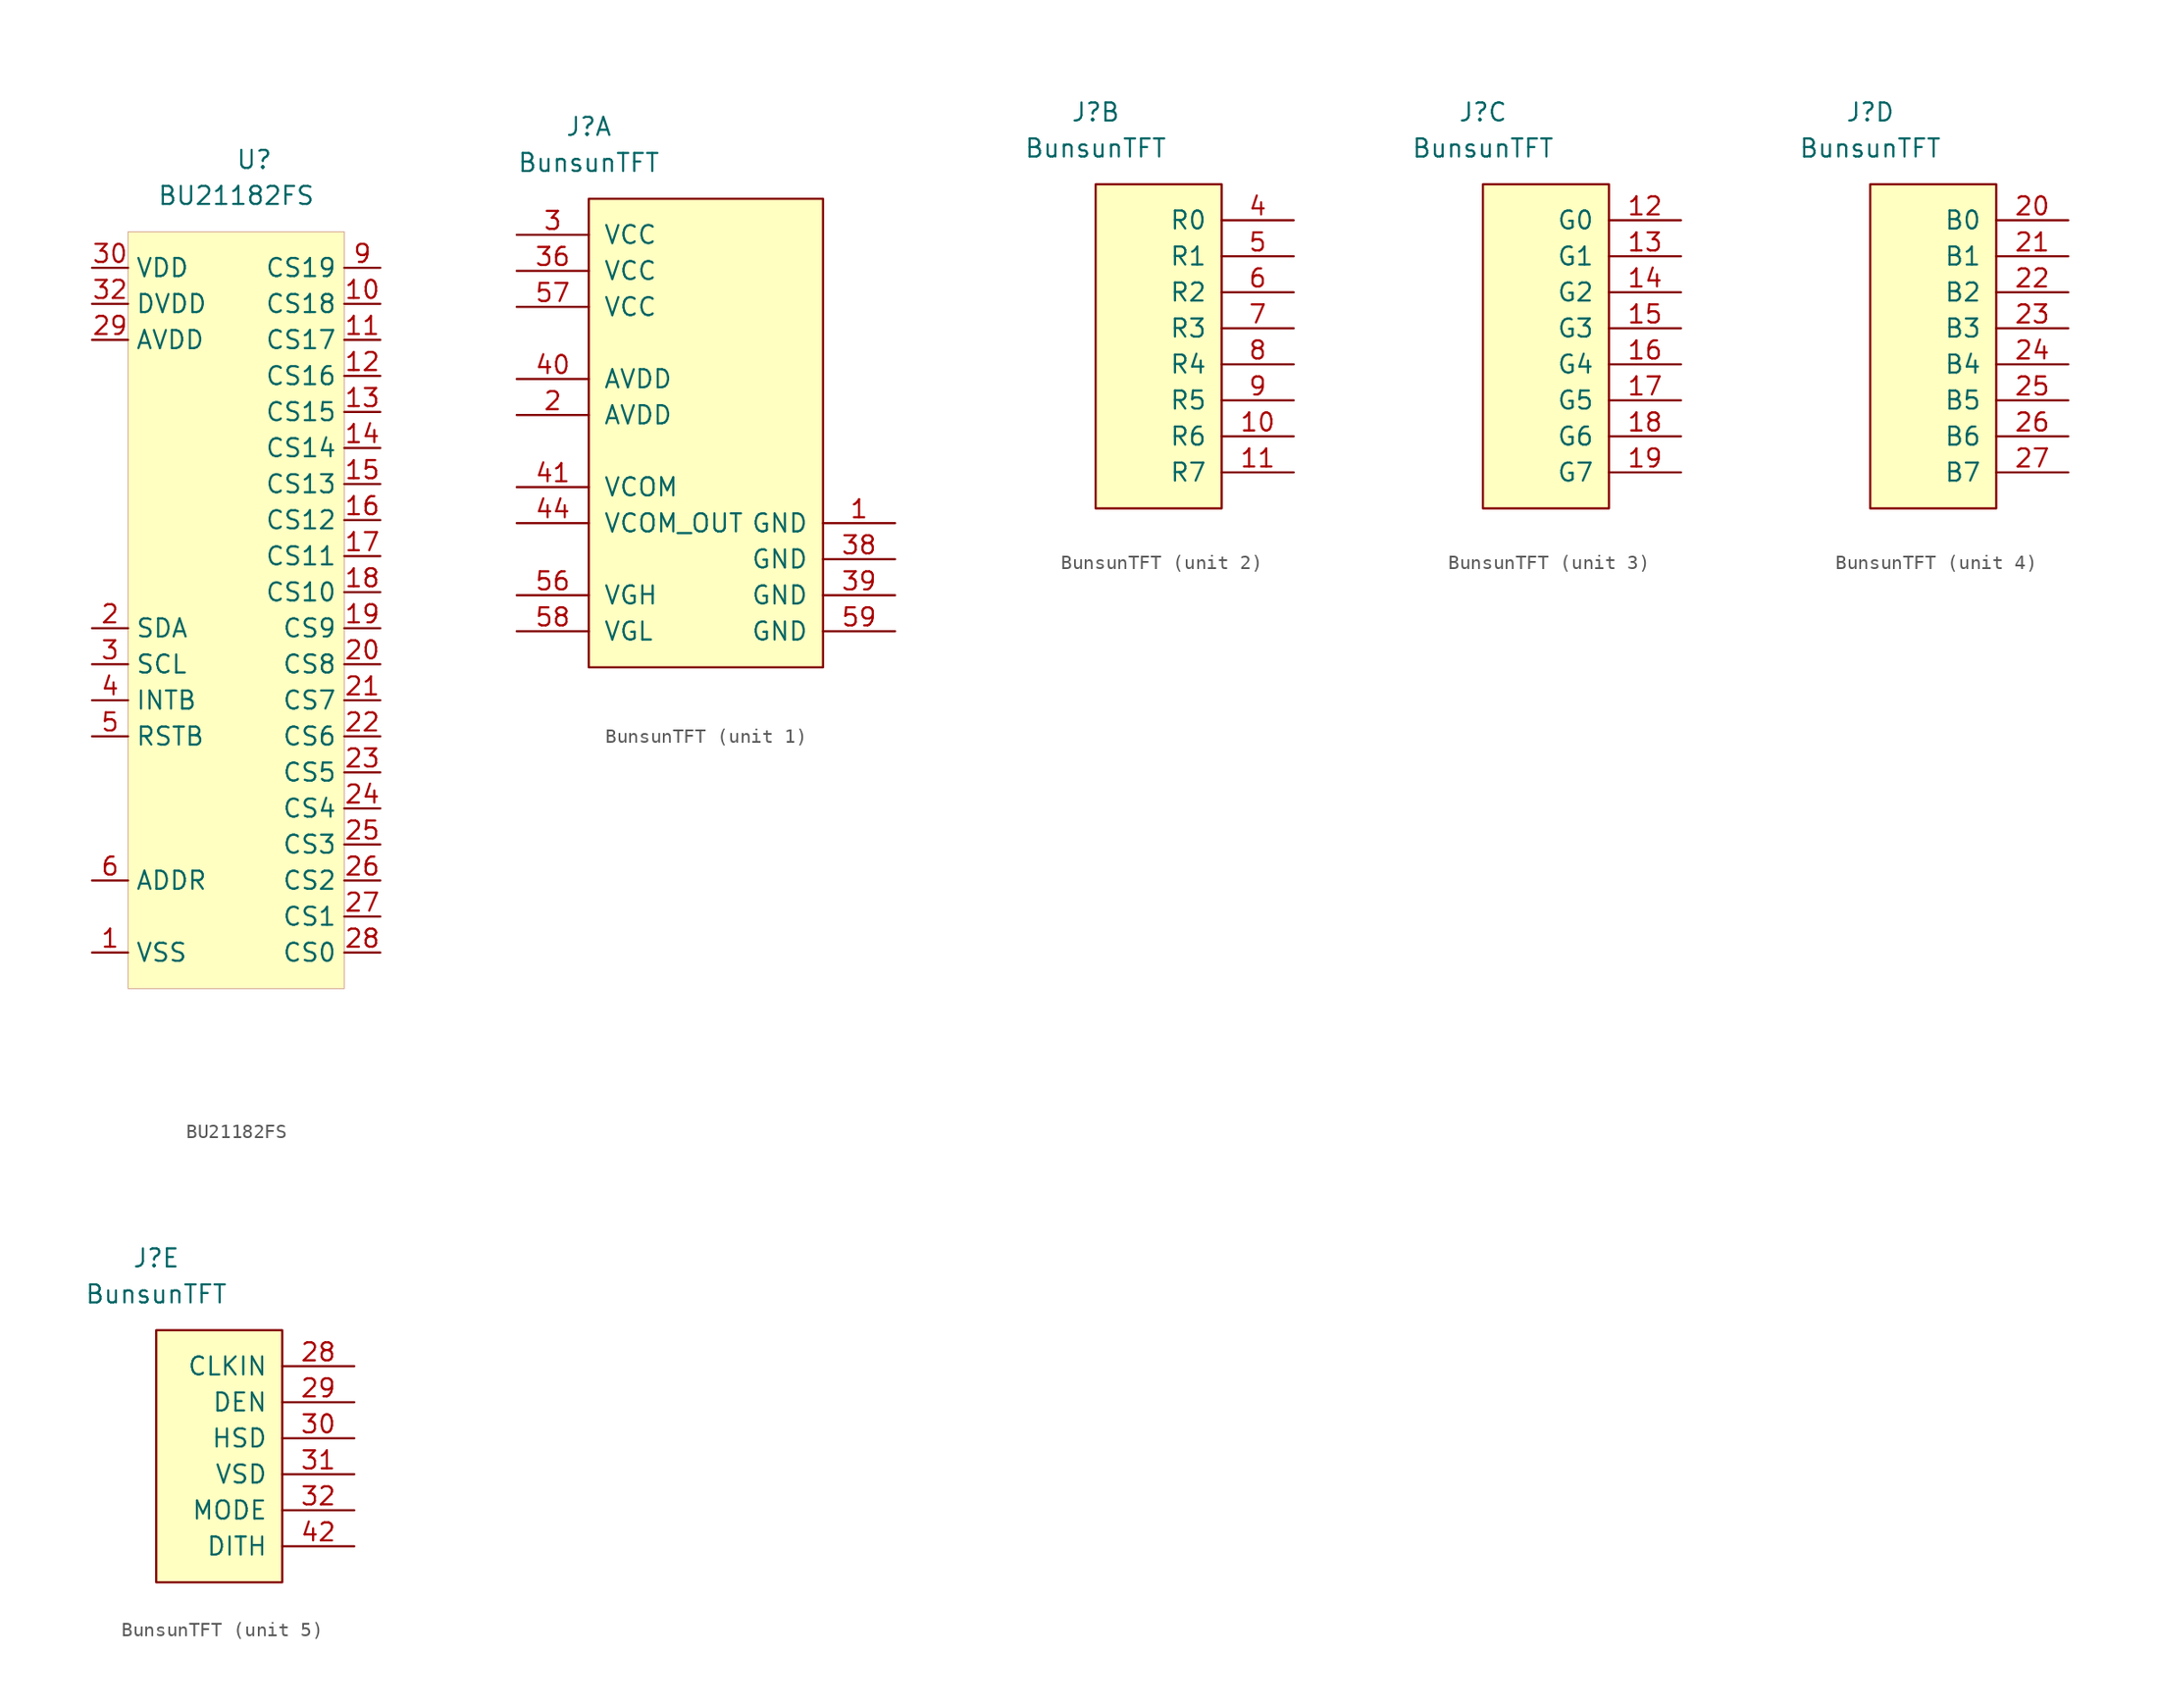
<source format=kicad_sym>
(kicad_symbol_lib
  (version 20201005)
  (generator kicad_symbol_editor)
  (symbol "goyman:BU21182FS"
    (property "Reference" "U"
      (at 8.89 5.08 0)
      (effects (font (size 1.27 1.27))))
    (property "Value" "BU21182FS"
      (at 7.62 2.54 0)
      (effects (font (size 1.27 1.27))))
    (symbol "BU21182FS_0_1"
      (rectangle (start 0 0) (end 15.24 -53.34) (stroke (width 0.001)) (fill (type background))))
    (symbol "BU21182FS_1_1"
      (pin bidirectional line (at -2.54 -50.8 0) (length 2.54) (name "VSS" (effects (font (size 1.27 1.27)))) (number "1" (effects (font (size 1.27 1.27)))))
      (pin bidirectional line (at -2.54 -27.94 0) (length 2.54) (name "SDA" (effects (font (size 1.27 1.27)))) (number "2" (effects (font (size 1.27 1.27)))))
      (pin bidirectional line (at -2.54 -30.48 0) (length 2.54) (name "SCL" (effects (font (size 1.27 1.27)))) (number "3" (effects (font (size 1.27 1.27)))))
      (pin bidirectional line (at -2.54 -33.02 0) (length 2.54) (name "INTB" (effects (font (size 1.27 1.27)))) (number "4" (effects (font (size 1.27 1.27)))))
      (pin bidirectional line (at -2.54 -35.56 0) (length 2.54) (name "RSTB" (effects (font (size 1.27 1.27)))) (number "5" (effects (font (size 1.27 1.27)))))
      (pin bidirectional line (at -2.54 -45.72 0) (length 2.54) (name "ADDR" (effects (font (size 1.27 1.27)))) (number "6" (effects (font (size 1.27 1.27)))))
      (pin bidirectional line (at -2.54 -50.8 0) (length 2.54) hide (name "TEST2" (effects (font (size 1.27 1.27)))) (number "7" (effects (font (size 1.27 1.27)))))
      (pin bidirectional line (at -2.54 -50.8 0) (length 2.54) hide (name "TEST1" (effects (font (size 1.27 1.27)))) (number "8" (effects (font (size 1.27 1.27)))))
      (pin bidirectional line (at 17.78 -2.54 180) (length 2.54) (name "CS19" (effects (font (size 1.27 1.27)))) (number "9" (effects (font (size 1.27 1.27)))))
      (pin bidirectional line (at 17.78 -5.08 180) (length 2.54) (name "CS18" (effects (font (size 1.27 1.27)))) (number "10" (effects (font (size 1.27 1.27)))))
      (pin bidirectional line (at 17.78 -7.62 180) (length 2.54) (name "CS17" (effects (font (size 1.27 1.27)))) (number "11" (effects (font (size 1.27 1.27)))))
      (pin bidirectional line (at 17.78 -10.16 180) (length 2.54) (name "CS16" (effects (font (size 1.27 1.27)))) (number "12" (effects (font (size 1.27 1.27)))))
      (pin bidirectional line (at 17.78 -12.7 180) (length 2.54) (name "CS15" (effects (font (size 1.27 1.27)))) (number "13" (effects (font (size 1.27 1.27)))))
      (pin bidirectional line (at 17.78 -15.24 180) (length 2.54) (name "CS14" (effects (font (size 1.27 1.27)))) (number "14" (effects (font (size 1.27 1.27)))))
      (pin bidirectional line (at 17.78 -17.78 180) (length 2.54) (name "CS13" (effects (font (size 1.27 1.27)))) (number "15" (effects (font (size 1.27 1.27)))))
      (pin bidirectional line (at 17.78 -20.32 180) (length 2.54) (name "CS12" (effects (font (size 1.27 1.27)))) (number "16" (effects (font (size 1.27 1.27)))))
      (pin bidirectional line (at 17.78 -22.86 180) (length 2.54) (name "CS11" (effects (font (size 1.27 1.27)))) (number "17" (effects (font (size 1.27 1.27)))))
      (pin bidirectional line (at 17.78 -25.4 180) (length 2.54) (name "CS10" (effects (font (size 1.27 1.27)))) (number "18" (effects (font (size 1.27 1.27)))))
      (pin bidirectional line (at 17.78 -27.94 180) (length 2.54) (name "CS9" (effects (font (size 1.27 1.27)))) (number "19" (effects (font (size 1.27 1.27)))))
      (pin bidirectional line (at 17.78 -30.48 180) (length 2.54) (name "CS8" (effects (font (size 1.27 1.27)))) (number "20" (effects (font (size 1.27 1.27)))))
      (pin bidirectional line (at 17.78 -33.02 180) (length 2.54) (name "CS7" (effects (font (size 1.27 1.27)))) (number "21" (effects (font (size 1.27 1.27)))))
      (pin bidirectional line (at 17.78 -35.56 180) (length 2.54) (name "CS6" (effects (font (size 1.27 1.27)))) (number "22" (effects (font (size 1.27 1.27)))))
      (pin bidirectional line (at 17.78 -38.1 180) (length 2.54) (name "CS5" (effects (font (size 1.27 1.27)))) (number "23" (effects (font (size 1.27 1.27)))))
      (pin bidirectional line (at 17.78 -40.64 180) (length 2.54) (name "CS4" (effects (font (size 1.27 1.27)))) (number "24" (effects (font (size 1.27 1.27)))))
      (pin bidirectional line (at 17.78 -43.18 180) (length 2.54) (name "CS3" (effects (font (size 1.27 1.27)))) (number "25" (effects (font (size 1.27 1.27)))))
      (pin bidirectional line (at 17.78 -45.72 180) (length 2.54) (name "CS2" (effects (font (size 1.27 1.27)))) (number "26" (effects (font (size 1.27 1.27)))))
      (pin bidirectional line (at 17.78 -48.26 180) (length 2.54) (name "CS1" (effects (font (size 1.27 1.27)))) (number "27" (effects (font (size 1.27 1.27)))))
      (pin bidirectional line (at 17.78 -50.8 180) (length 2.54) (name "CS0" (effects (font (size 1.27 1.27)))) (number "28" (effects (font (size 1.27 1.27)))))
      (pin bidirectional line (at -2.54 -7.62 0) (length 2.54) (name "AVDD" (effects (font (size 1.27 1.27)))) (number "29" (effects (font (size 1.27 1.27)))))
      (pin bidirectional line (at -2.54 -2.54 0) (length 2.54) (name "VDD" (effects (font (size 1.27 1.27)))) (number "30" (effects (font (size 1.27 1.27)))))
      (pin bidirectional line (at 8.89 -55.88 90) (length 2.54) hide (name "NC" (effects (font (size 1.27 1.27)))) (number "31" (effects (font (size 1.27 1.27)))))
      (pin bidirectional line (at -2.54 -5.08 0) (length 2.54) (name "DVDD" (effects (font (size 1.27 1.27)))) (number "32" (effects (font (size 1.27 1.27)))))))
  (symbol "goyman:BunsunTFT"
    (pin_names
      (offset 1.016))
    (property "Reference" "J"
      (at 0 5.08 0)
      (effects (font (size 1.27 1.27))))
    (property "Value" "BunsunTFT"
      (at 0 2.54 0)
      (effects (font (size 1.27 1.27))))
    (property "ki_locked" ""
      (at 0 0 0)
      (effects (font (size 1.27 1.27))))
    (symbol "BunsunTFT_1_1"
      (rectangle (start 0 0) (end 16.51 -33.02) (stroke (width 0)) (fill (type background)))
      (pin power_in line (at 21.59 -22.86 180) (length 5.08) (name "GND" (effects (font (size 1.27 1.27)))) (number "1" (effects (font (size 1.27 1.27)))))
      (pin power_in line (at -5.08 -15.24 0) (length 5.08) (name "AVDD" (effects (font (size 1.27 1.27)))) (number "2" (effects (font (size 1.27 1.27)))))
      (pin power_in line (at -5.08 -2.54 0) (length 5.08) (name "VCC" (effects (font (size 1.27 1.27)))) (number "3" (effects (font (size 1.27 1.27)))))
      (pin power_in line (at -5.08 -5.08 0) (length 5.08) (name "VCC" (effects (font (size 1.27 1.27)))) (number "36" (effects (font (size 1.27 1.27)))))
      (pin power_in line (at 21.59 -25.4 180) (length 5.08) (name "GND" (effects (font (size 1.27 1.27)))) (number "38" (effects (font (size 1.27 1.27)))))
      (pin power_in line (at 21.59 -27.94 180) (length 5.08) (name "GND" (effects (font (size 1.27 1.27)))) (number "39" (effects (font (size 1.27 1.27)))))
      (pin power_in line (at -5.08 -12.7 0) (length 5.08) (name "AVDD" (effects (font (size 1.27 1.27)))) (number "40" (effects (font (size 1.27 1.27)))))
      (pin power_in line (at -5.08 -20.32 0) (length 5.08) (name "VCOM" (effects (font (size 1.27 1.27)))) (number "41" (effects (font (size 1.27 1.27)))))
      (pin power_out line (at -5.08 -22.86 0) (length 5.08) (name "VCOM_OUT" (effects (font (size 1.27 1.27)))) (number "44" (effects (font (size 1.27 1.27)))))
      (pin power_in line (at -5.08 -27.94 0) (length 5.08) (name "VGH" (effects (font (size 1.27 1.27)))) (number "56" (effects (font (size 1.27 1.27)))))
      (pin power_in line (at -5.08 -7.62 0) (length 5.08) (name "VCC" (effects (font (size 1.27 1.27)))) (number "57" (effects (font (size 1.27 1.27)))))
      (pin power_in line (at -5.08 -30.48 0) (length 5.08) (name "VGL" (effects (font (size 1.27 1.27)))) (number "58" (effects (font (size 1.27 1.27)))))
      (pin power_in line (at 21.59 -30.48 180) (length 5.08) (name "GND" (effects (font (size 1.27 1.27)))) (number "59" (effects (font (size 1.27 1.27))))))
    (symbol "BunsunTFT_2_1"
      (rectangle (start 8.89 0) (end 0 -22.86) (stroke (width 0)) (fill (type background)))
      (pin input line (at 13.97 -17.78 180) (length 5.08) (name "R6" (effects (font (size 1.27 1.27)))) (number "10" (effects (font (size 1.27 1.27)))))
      (pin input line (at 13.97 -20.32 180) (length 5.08) (name "R7" (effects (font (size 1.27 1.27)))) (number "11" (effects (font (size 1.27 1.27)))))
      (pin input line (at 13.97 -2.54 180) (length 5.08) (name "R0" (effects (font (size 1.27 1.27)))) (number "4" (effects (font (size 1.27 1.27)))))
      (pin input line (at 13.97 -5.08 180) (length 5.08) (name "R1" (effects (font (size 1.27 1.27)))) (number "5" (effects (font (size 1.27 1.27)))))
      (pin input line (at 13.97 -7.62 180) (length 5.08) (name "R2" (effects (font (size 1.27 1.27)))) (number "6" (effects (font (size 1.27 1.27)))))
      (pin input line (at 13.97 -10.16 180) (length 5.08) (name "R3" (effects (font (size 1.27 1.27)))) (number "7" (effects (font (size 1.27 1.27)))))
      (pin input line (at 13.97 -12.7 180) (length 5.08) (name "R4" (effects (font (size 1.27 1.27)))) (number "8" (effects (font (size 1.27 1.27)))))
      (pin input line (at 13.97 -15.24 180) (length 5.08) (name "R5" (effects (font (size 1.27 1.27)))) (number "9" (effects (font (size 1.27 1.27))))))
    (symbol "BunsunTFT_3_1"
      (rectangle (start 8.89 0) (end 0 -22.86) (stroke (width 0)) (fill (type background)))
      (pin input line (at 13.97 -2.54 180) (length 5.08) (name "G0" (effects (font (size 1.27 1.27)))) (number "12" (effects (font (size 1.27 1.27)))))
      (pin input line (at 13.97 -5.08 180) (length 5.08) (name "G1" (effects (font (size 1.27 1.27)))) (number "13" (effects (font (size 1.27 1.27)))))
      (pin input line (at 13.97 -7.62 180) (length 5.08) (name "G2" (effects (font (size 1.27 1.27)))) (number "14" (effects (font (size 1.27 1.27)))))
      (pin input line (at 13.97 -10.16 180) (length 5.08) (name "G3" (effects (font (size 1.27 1.27)))) (number "15" (effects (font (size 1.27 1.27)))))
      (pin input line (at 13.97 -12.7 180) (length 5.08) (name "G4" (effects (font (size 1.27 1.27)))) (number "16" (effects (font (size 1.27 1.27)))))
      (pin input line (at 13.97 -15.24 180) (length 5.08) (name "G5" (effects (font (size 1.27 1.27)))) (number "17" (effects (font (size 1.27 1.27)))))
      (pin input line (at 13.97 -17.78 180) (length 5.08) (name "G6" (effects (font (size 1.27 1.27)))) (number "18" (effects (font (size 1.27 1.27)))))
      (pin input line (at 13.97 -20.32 180) (length 5.08) (name "G7" (effects (font (size 1.27 1.27)))) (number "19" (effects (font (size 1.27 1.27))))))
    (symbol "BunsunTFT_4_1"
      (rectangle (start 8.89 0) (end 0 -22.86) (stroke (width 0)) (fill (type background)))
      (pin input line (at 13.97 -2.54 180) (length 5.08) (name "B0" (effects (font (size 1.27 1.27)))) (number "20" (effects (font (size 1.27 1.27)))))
      (pin input line (at 13.97 -5.08 180) (length 5.08) (name "B1" (effects (font (size 1.27 1.27)))) (number "21" (effects (font (size 1.27 1.27)))))
      (pin input line (at 13.97 -7.62 180) (length 5.08) (name "B2" (effects (font (size 1.27 1.27)))) (number "22" (effects (font (size 1.27 1.27)))))
      (pin input line (at 13.97 -10.16 180) (length 5.08) (name "B3" (effects (font (size 1.27 1.27)))) (number "23" (effects (font (size 1.27 1.27)))))
      (pin input line (at 13.97 -12.7 180) (length 5.08) (name "B4" (effects (font (size 1.27 1.27)))) (number "24" (effects (font (size 1.27 1.27)))))
      (pin input line (at 13.97 -15.24 180) (length 5.08) (name "B5" (effects (font (size 1.27 1.27)))) (number "25" (effects (font (size 1.27 1.27)))))
      (pin input line (at 13.97 -17.78 180) (length 5.08) (name "B6" (effects (font (size 1.27 1.27)))) (number "26" (effects (font (size 1.27 1.27)))))
      (pin input line (at 13.97 -20.32 180) (length 5.08) (name "B7" (effects (font (size 1.27 1.27)))) (number "27" (effects (font (size 1.27 1.27))))))
    (symbol "BunsunTFT_5_1"
      (rectangle (start 8.89 0) (end 0 -17.78) (stroke (width 0)) (fill (type background)))
      (pin input line (at 13.97 -2.54 180) (length 5.08) (name "CLKIN" (effects (font (size 1.27 1.27)))) (number "28" (effects (font (size 1.27 1.27)))))
      (pin input line (at 13.97 -5.08 180) (length 5.08) (name "DEN" (effects (font (size 1.27 1.27)))) (number "29" (effects (font (size 1.27 1.27)))))
      (pin input line (at 13.97 -7.62 180) (length 5.08) (name "HSD" (effects (font (size 1.27 1.27)))) (number "30" (effects (font (size 1.27 1.27)))))
      (pin input line (at 13.97 -10.16 180) (length 5.08) (name "VSD" (effects (font (size 1.27 1.27)))) (number "31" (effects (font (size 1.27 1.27)))))
      (pin input line (at 13.97 -12.7 180) (length 5.08) (name "MODE" (effects (font (size 1.27 1.27)))) (number "32" (effects (font (size 1.27 1.27)))))
      (pin input line (at 13.97 -15.24 180) (length 5.08) (name "DITH" (effects (font (size 1.27 1.27)))) (number "42" (effects (font (size 1.27 1.27))))))))
</source>
